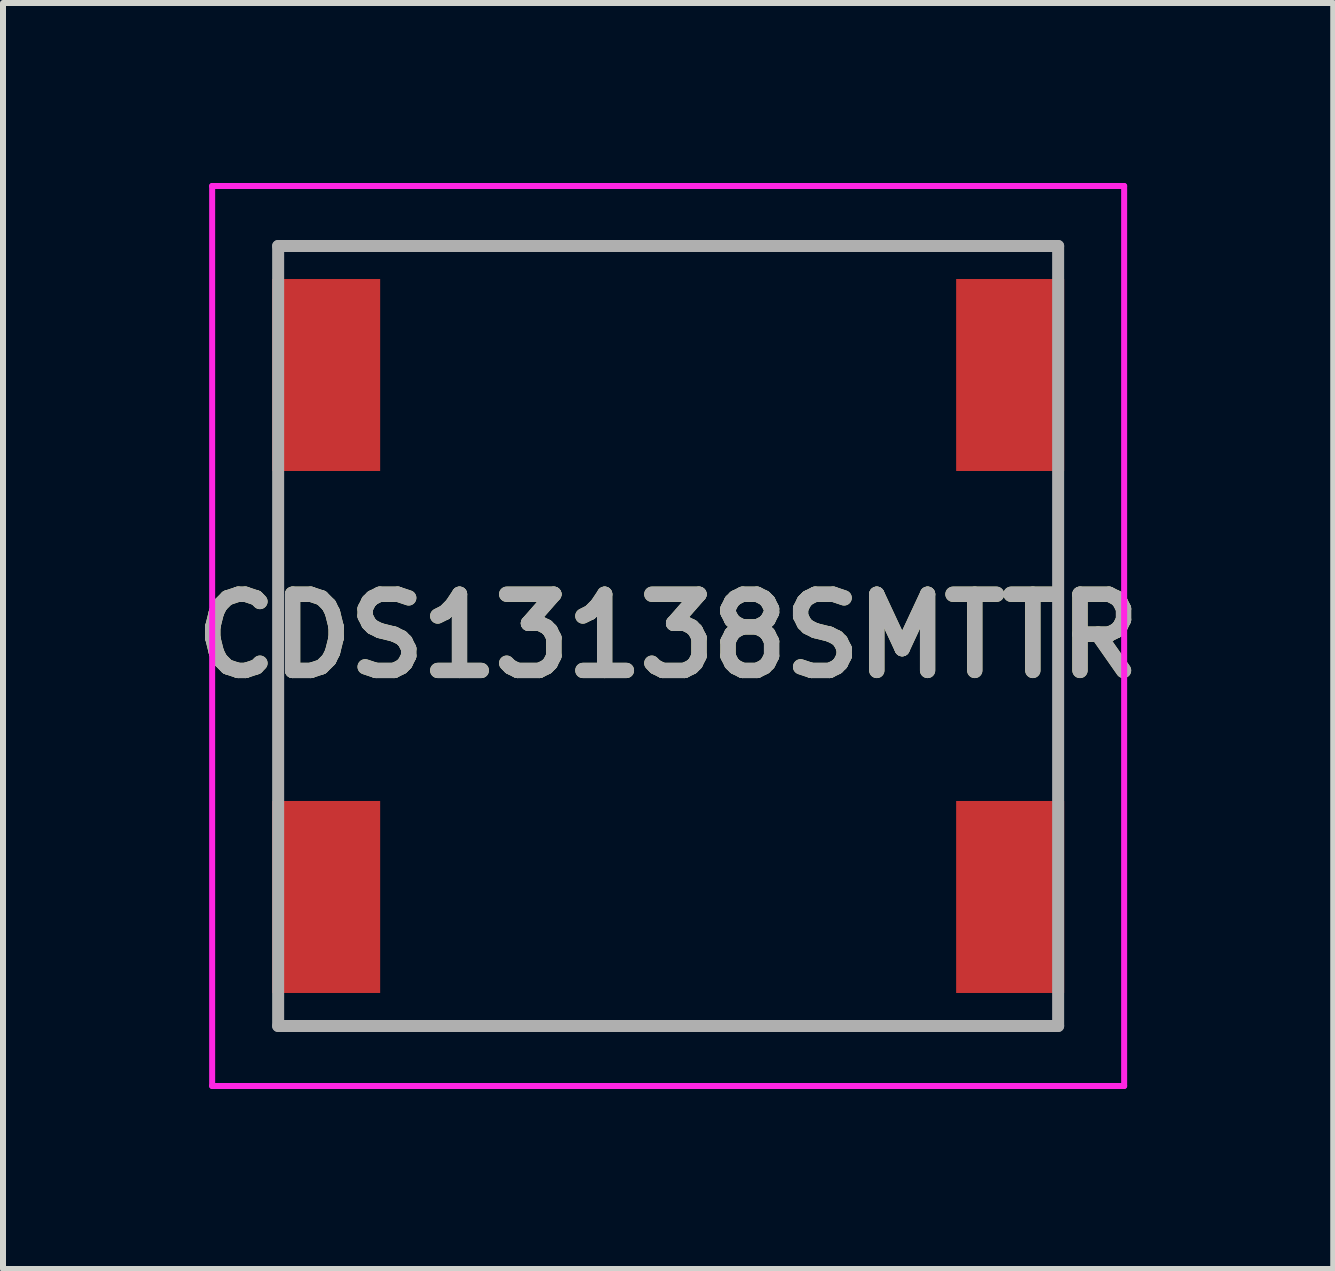
<source format=kicad_pcb>
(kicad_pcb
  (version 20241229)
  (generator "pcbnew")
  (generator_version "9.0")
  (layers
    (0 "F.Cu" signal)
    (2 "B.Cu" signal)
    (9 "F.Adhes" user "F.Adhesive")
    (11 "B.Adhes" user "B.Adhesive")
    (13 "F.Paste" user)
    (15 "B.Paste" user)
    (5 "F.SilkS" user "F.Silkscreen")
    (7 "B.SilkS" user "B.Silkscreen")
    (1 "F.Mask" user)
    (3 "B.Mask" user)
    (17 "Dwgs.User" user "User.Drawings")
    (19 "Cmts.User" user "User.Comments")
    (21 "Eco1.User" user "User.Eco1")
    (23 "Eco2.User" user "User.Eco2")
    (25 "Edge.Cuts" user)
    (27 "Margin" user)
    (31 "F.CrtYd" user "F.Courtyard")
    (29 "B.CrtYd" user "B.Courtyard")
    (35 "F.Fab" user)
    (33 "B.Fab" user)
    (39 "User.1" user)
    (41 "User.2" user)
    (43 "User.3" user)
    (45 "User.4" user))
  (footprint "CDS13138SMTTR"
    (layer "F.Cu")
    (at 8.086 7.55)
    (property "Reference" "CDS13138SMTTR" (at 0 0 0) (layer "F.SilkS") (effects (font (size 1.27 1.27) (thickness 0.254))))
    (attr smd)
    (fp_line (start -6.5 -6.5) (end 6.5 -6.5) (stroke (width 0.1) (type solid)) (layer "F.SilkS"))
    (fp_line (start -7.6 -7.5) (end 7.6 -7.5) (stroke (width 0.1) (type solid)) (layer "F.CrtYd"))
    (fp_line (start -7.6 7.5) (end -7.6 -7.5) (stroke (width 0.1) (type solid)) (layer "F.CrtYd"))
    (fp_line (start 7.6 -7.5) (end 7.6 7.5) (stroke (width 0.1) (type solid)) (layer "F.CrtYd"))
    (fp_line (start 7.6 7.5) (end -7.6 7.5) (stroke (width 0.1) (type solid)) (layer "F.CrtYd"))
    (fp_line (start -6.5 -6.5) (end 6.5 -6.5) (stroke (width 0.2) (type solid)) (layer "F.Fab"))
    (fp_line (start -6.5 6.5) (end -6.5 -6.5) (stroke (width 0.2) (type solid)) (layer "F.Fab"))
    (fp_line (start 6.5 -6.5) (end 6.5 6.5) (stroke (width 0.2) (type solid)) (layer "F.Fab"))
    (fp_line (start 6.5 6.5) (end -6.5 6.5) (stroke (width 0.2) (type solid)) (layer "F.Fab"))
    (fp_text user "${REFERENCE}" (at 0 0 0) (layer "F.Fab") (effects (font (size 1.27 1.27) (thickness 0.254))))
    (pad "1" smd rect (at -5.7 4.35) (size 1.8 3.2) (layers "F.Cu" "F.Mask" "F.Paste"))
    (pad "2" smd rect (at 5.7 4.35) (size 1.8 3.2) (layers "F.Cu" "F.Mask" "F.Paste"))
    (pad "3" smd rect (at 5.7 -4.35) (size 1.8 3.2) (layers "F.Cu" "F.Mask" "F.Paste"))
    (pad "4" smd rect (at -5.7 -4.35) (size 1.8 3.2) (layers "F.Cu" "F.Mask" "F.Paste")))
  (gr_rect
    (start -3 -3)
    (end 19.171 18.1)
    (stroke (width 0.1) (type default))
    (fill no)
    (layer "Edge.Cuts")))
</source>
